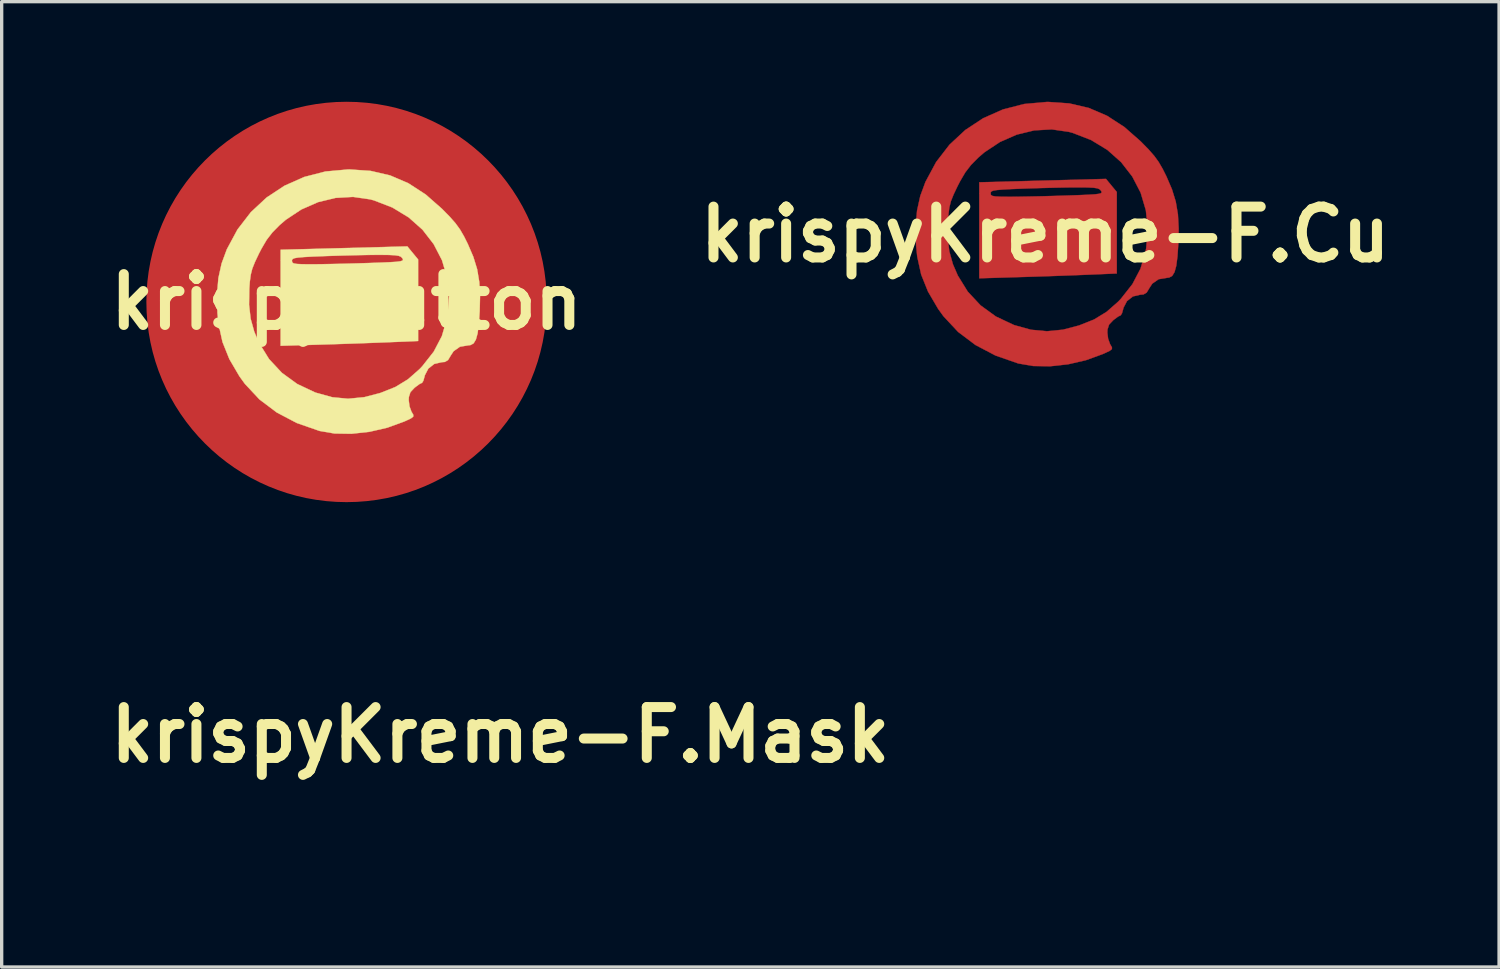
<source format=kicad_pcb>
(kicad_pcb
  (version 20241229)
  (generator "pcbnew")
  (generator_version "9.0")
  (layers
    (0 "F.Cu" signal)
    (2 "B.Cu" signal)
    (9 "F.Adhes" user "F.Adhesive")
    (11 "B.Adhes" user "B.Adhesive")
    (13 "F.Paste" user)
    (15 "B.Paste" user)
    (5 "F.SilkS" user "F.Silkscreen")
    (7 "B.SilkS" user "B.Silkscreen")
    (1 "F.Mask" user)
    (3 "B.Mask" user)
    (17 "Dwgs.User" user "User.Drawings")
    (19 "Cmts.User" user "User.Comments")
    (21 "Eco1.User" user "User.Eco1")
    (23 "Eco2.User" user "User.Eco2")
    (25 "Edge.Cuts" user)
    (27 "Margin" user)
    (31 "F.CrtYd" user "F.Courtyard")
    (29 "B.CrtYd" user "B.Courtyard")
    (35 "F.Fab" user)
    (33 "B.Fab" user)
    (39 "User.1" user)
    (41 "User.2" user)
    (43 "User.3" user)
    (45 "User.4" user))
  (footprint "krispyKreme-F.Cu"
    (layer "F.Cu")
    (at 28.277 3.977)
    (property "Reference" "krispyKreme-F.Cu" (at 0 0 0) (layer "F.SilkS") (effects (font (size 1.524 1.524) (thickness 0.3))))
    (attr through_hole)
    (fp_poly (pts (xy 1.983 -1.469) (xy 2.145 -1.273) (xy 2.145 1.17) (xy 1.312 1.205) (xy 0.987 1.218) (xy 0.583 1.233) (xy 0.136 1.249) (xy -0.32 1.264) (xy -0.748 1.277) (xy -1.976 1.314) (xy -1.976 -1.233) (xy -1.637 -1.233) (xy -1.627 -1.186) (xy -1.585 -1.156) (xy -1.489 -1.139) (xy -1.322 -1.131) (xy -1.061 -1.129) (xy -1.053 -1.129) (xy -0.803 -1.131) (xy -0.471 -1.137) (xy -0.089 -1.145) (xy 0.311 -1.156) (xy 0.635 -1.166) (xy 1.013 -1.179) (xy 1.292 -1.191) (xy 1.486 -1.203) (xy 1.608 -1.218) (xy 1.672 -1.237) (xy 1.692 -1.262) (xy 1.682 -1.294) (xy 1.675 -1.307) (xy 1.634 -1.352) (xy 1.565 -1.382) (xy 1.448 -1.4) (xy 1.261 -1.409) (xy 0.983 -1.411) (xy 0.96 -1.411) (xy 0.67 -1.409) (xy 0.305 -1.402) (xy -0.096 -1.392) (xy -0.493 -1.38) (xy -0.663 -1.374) (xy -1.017 -1.36) (xy -1.273 -1.346) (xy -1.448 -1.331) (xy -1.556 -1.313) (xy -1.613 -1.289) (xy -1.634 -1.257) (xy -1.637 -1.233) (xy -1.976 -1.233) (xy -1.976 -1.564) (xy -0.077 -1.614) (xy 1.822 -1.665) (xy 1.983 -1.469)) (stroke (width 0.01) (type solid)) (fill yes) (layer "F.Cu"))
    (fp_poly (pts (xy 0.721 -3.928) (xy 1.306 -3.792) (xy 1.852 -3.558) (xy 2.371 -3.221) (xy 2.858 -2.793) (xy 3.093 -2.554) (xy 3.266 -2.357) (xy 3.401 -2.171) (xy 3.521 -1.964) (xy 3.632 -1.742) (xy 3.799 -1.354) (xy 3.913 -0.984) (xy 3.978 -0.6) (xy 4.001 -0.17) (xy 3.99 0.282) (xy 3.964 0.661) (xy 3.928 0.939) (xy 3.876 1.129) (xy 3.806 1.243) (xy 3.713 1.293) (xy 3.66 1.298) (xy 3.399 1.342) (xy 3.209 1.474) (xy 3.122 1.607) (xy 3.041 1.742) (xy 2.946 1.798) (xy 2.848 1.806) (xy 2.628 1.858) (xy 2.451 1.997) (xy 2.346 2.198) (xy 2.338 2.232) (xy 2.302 2.361) (xy 2.262 2.426) (xy 2.256 2.427) (xy 2.187 2.46) (xy 2.073 2.544) (xy 2.036 2.573) (xy 1.914 2.703) (xy 1.867 2.849) (xy 1.863 2.942) (xy 1.886 3.127) (xy 1.944 3.287) (xy 1.954 3.304) (xy 2 3.382) (xy 1.999 3.436) (xy 1.935 3.487) (xy 1.79 3.556) (xy 1.725 3.585) (xy 1.219 3.769) (xy 0.684 3.892) (xy 0.147 3.951) (xy -0.361 3.943) (xy -0.809 3.866) (xy -1.49 3.629) (xy -2.091 3.313) (xy -2.611 2.921) (xy -3.049 2.452) (xy -3.21 2.229) (xy -3.513 1.712) (xy -3.718 1.201) (xy -3.836 0.666) (xy -3.87 0.332) (xy -3.875 0.086) (xy -2.922 0.086) (xy -2.875 0.503) (xy -2.766 0.893) (xy -2.62 1.231) (xy -2.322 1.713) (xy -1.938 2.125) (xy -1.477 2.46) (xy -0.948 2.709) (xy -0.922 2.719) (xy -0.427 2.856) (xy 0.047 2.901) (xy 0.53 2.854) (xy 1.016 2.727) (xy 1.463 2.549) (xy 1.84 2.319) (xy 2.187 2.014) (xy 2.27 1.926) (xy 2.613 1.49) (xy 2.856 1.026) (xy 3.008 0.51) (xy 3.026 0.412) (xy 3.074 -0.168) (xy 3.016 -0.726) (xy 2.86 -1.252) (xy 2.61 -1.735) (xy 2.276 -2.166) (xy 1.862 -2.534) (xy 1.375 -2.83) (xy 0.823 -3.044) (xy 0.708 -3.075) (xy 0.196 -3.149) (xy -0.33 -3.119) (xy -0.854 -2.992) (xy -1.357 -2.771) (xy -1.821 -2.463) (xy -2.01 -2.3) (xy -2.224 -2.083) (xy -2.394 -1.863) (xy -2.55 -1.597) (xy -2.628 -1.446) (xy -2.748 -1.193) (xy -2.826 -0.997) (xy -2.872 -0.815) (xy -2.9 -0.604) (xy -2.915 -0.395) (xy -2.922 0.086) (xy -3.875 0.086) (xy -3.882 -0.226) (xy -3.842 -0.712) (xy -3.745 -1.153) (xy -3.589 -1.576) (xy -3.269 -2.171) (xy -2.868 -2.691) (xy -2.395 -3.131) (xy -1.859 -3.484) (xy -1.269 -3.746) (xy -0.632 -3.91) (xy 0.043 -3.971) (xy 0.085 -3.972) (xy 0.721 -3.928)) (stroke (width 0.01) (type solid)) (fill yes) (layer "F.Cu")))
  (footprint "krispyKreme-F.Mask"
    (layer "F.Cu")
    (at 11.945 18.977)
    (property "Reference" "krispyKreme-F.Mask" (at 0 0 0) (layer "F.SilkS") (effects (font (size 1.524 1.524) (thickness 0.3))))
    (attr through_hole)
    (fp_poly (pts (xy 1.983 -1.469) (xy 2.145 -1.273) (xy 2.145 1.17) (xy 1.312 1.205) (xy 0.987 1.218) (xy 0.583 1.233) (xy 0.136 1.249) (xy -0.32 1.264) (xy -0.748 1.277) (xy -1.976 1.314) (xy -1.976 -1.233) (xy -1.637 -1.233) (xy -1.627 -1.186) (xy -1.585 -1.156) (xy -1.489 -1.139) (xy -1.322 -1.131) (xy -1.061 -1.129) (xy -1.053 -1.129) (xy -0.803 -1.131) (xy -0.471 -1.137) (xy -0.089 -1.145) (xy 0.311 -1.156) (xy 0.635 -1.166) (xy 1.013 -1.179) (xy 1.292 -1.191) (xy 1.486 -1.203) (xy 1.608 -1.218) (xy 1.672 -1.237) (xy 1.692 -1.262) (xy 1.682 -1.294) (xy 1.675 -1.307) (xy 1.634 -1.352) (xy 1.565 -1.382) (xy 1.448 -1.4) (xy 1.261 -1.409) (xy 0.983 -1.411) (xy 0.96 -1.411) (xy 0.67 -1.409) (xy 0.305 -1.402) (xy -0.096 -1.392) (xy -0.493 -1.38) (xy -0.663 -1.374) (xy -1.017 -1.36) (xy -1.273 -1.346) (xy -1.448 -1.331) (xy -1.556 -1.313) (xy -1.613 -1.289) (xy -1.634 -1.257) (xy -1.637 -1.233) (xy -1.976 -1.233) (xy -1.976 -1.564) (xy -0.077 -1.614) (xy 1.822 -1.665) (xy 1.983 -1.469)) (stroke (width 0.01) (type solid)) (fill yes) (layer "F.Mask"))
    (fp_poly (pts (xy 0.721 -3.928) (xy 1.306 -3.792) (xy 1.852 -3.558) (xy 2.371 -3.221) (xy 2.858 -2.793) (xy 3.093 -2.554) (xy 3.266 -2.357) (xy 3.401 -2.171) (xy 3.521 -1.964) (xy 3.632 -1.742) (xy 3.799 -1.354) (xy 3.913 -0.984) (xy 3.978 -0.6) (xy 4.001 -0.17) (xy 3.99 0.282) (xy 3.964 0.661) (xy 3.928 0.939) (xy 3.876 1.129) (xy 3.806 1.243) (xy 3.713 1.293) (xy 3.66 1.298) (xy 3.399 1.342) (xy 3.209 1.474) (xy 3.122 1.607) (xy 3.041 1.742) (xy 2.946 1.798) (xy 2.848 1.806) (xy 2.628 1.858) (xy 2.451 1.997) (xy 2.346 2.198) (xy 2.338 2.232) (xy 2.302 2.361) (xy 2.262 2.426) (xy 2.256 2.427) (xy 2.187 2.46) (xy 2.073 2.544) (xy 2.036 2.573) (xy 1.914 2.703) (xy 1.867 2.849) (xy 1.863 2.942) (xy 1.886 3.127) (xy 1.944 3.287) (xy 1.954 3.304) (xy 2 3.382) (xy 1.999 3.436) (xy 1.935 3.487) (xy 1.79 3.556) (xy 1.725 3.585) (xy 1.219 3.769) (xy 0.684 3.892) (xy 0.147 3.951) (xy -0.361 3.943) (xy -0.809 3.866) (xy -1.49 3.629) (xy -2.091 3.313) (xy -2.611 2.921) (xy -3.049 2.452) (xy -3.21 2.229) (xy -3.513 1.712) (xy -3.718 1.201) (xy -3.836 0.666) (xy -3.87 0.332) (xy -3.875 0.086) (xy -2.922 0.086) (xy -2.875 0.503) (xy -2.766 0.893) (xy -2.62 1.231) (xy -2.322 1.713) (xy -1.938 2.125) (xy -1.477 2.46) (xy -0.948 2.709) (xy -0.922 2.719) (xy -0.427 2.856) (xy 0.047 2.901) (xy 0.53 2.854) (xy 1.016 2.727) (xy 1.463 2.549) (xy 1.84 2.319) (xy 2.187 2.014) (xy 2.27 1.926) (xy 2.613 1.49) (xy 2.856 1.026) (xy 3.008 0.51) (xy 3.026 0.412) (xy 3.074 -0.168) (xy 3.016 -0.726) (xy 2.86 -1.252) (xy 2.61 -1.735) (xy 2.276 -2.166) (xy 1.862 -2.534) (xy 1.375 -2.83) (xy 0.823 -3.044) (xy 0.708 -3.075) (xy 0.196 -3.149) (xy -0.33 -3.119) (xy -0.854 -2.992) (xy -1.357 -2.771) (xy -1.821 -2.463) (xy -2.01 -2.3) (xy -2.224 -2.083) (xy -2.394 -1.863) (xy -2.55 -1.597) (xy -2.628 -1.446) (xy -2.748 -1.193) (xy -2.826 -0.997) (xy -2.872 -0.815) (xy -2.9 -0.604) (xy -2.915 -0.395) (xy -2.922 0.086) (xy -3.875 0.086) (xy -3.882 -0.226) (xy -3.842 -0.712) (xy -3.745 -1.153) (xy -3.589 -1.576) (xy -3.269 -2.171) (xy -2.868 -2.691) (xy -2.395 -3.131) (xy -1.859 -3.484) (xy -1.269 -3.746) (xy -0.632 -3.91) (xy 0.043 -3.971) (xy 0.085 -3.972) (xy 0.721 -3.928)) (stroke (width 0.01) (type solid)) (fill yes) (layer "F.Mask")))
  (footprint "krispyButton"
    (layer "F.Cu")
    (at 7.337 6)
    (property "Reference" "krispyButton" (at 0 0 0) (layer "F.SilkS") (effects (font (size 1.524 1.524) (thickness 0.3))))
    (attr through_hole)
    (fp_poly (pts (xy 1.983 -1.469) (xy 2.145 -1.273) (xy 2.145 1.17) (xy 1.312 1.205) (xy 0.987 1.218) (xy 0.583 1.233) (xy 0.136 1.249) (xy -0.32 1.264) (xy -0.748 1.277) (xy -1.976 1.314) (xy -1.976 -1.233) (xy -1.637 -1.233) (xy -1.627 -1.186) (xy -1.585 -1.156) (xy -1.489 -1.139) (xy -1.322 -1.131) (xy -1.061 -1.129) (xy -1.053 -1.129) (xy -0.803 -1.131) (xy -0.471 -1.137) (xy -0.089 -1.145) (xy 0.311 -1.156) (xy 0.635 -1.166) (xy 1.013 -1.179) (xy 1.292 -1.191) (xy 1.486 -1.203) (xy 1.608 -1.218) (xy 1.672 -1.237) (xy 1.692 -1.262) (xy 1.682 -1.294) (xy 1.675 -1.307) (xy 1.634 -1.352) (xy 1.565 -1.382) (xy 1.448 -1.4) (xy 1.261 -1.409) (xy 0.983 -1.411) (xy 0.96 -1.411) (xy 0.67 -1.409) (xy 0.305 -1.402) (xy -0.096 -1.392) (xy -0.493 -1.38) (xy -0.663 -1.374) (xy -1.017 -1.36) (xy -1.273 -1.346) (xy -1.448 -1.331) (xy -1.556 -1.313) (xy -1.613 -1.289) (xy -1.634 -1.257) (xy -1.637 -1.233) (xy -1.976 -1.233) (xy -1.976 -1.564) (xy -0.077 -1.614) (xy 1.822 -1.665) (xy 1.983 -1.469)) (stroke (width 0.01) (type solid)) (fill yes) (layer "F.SilkS"))
    (fp_poly (pts (xy 0.721 -3.928) (xy 1.306 -3.792) (xy 1.852 -3.558) (xy 2.371 -3.221) (xy 2.858 -2.793) (xy 3.093 -2.554) (xy 3.266 -2.357) (xy 3.401 -2.171) (xy 3.521 -1.964) (xy 3.632 -1.742) (xy 3.799 -1.354) (xy 3.913 -0.984) (xy 3.978 -0.6) (xy 4.001 -0.17) (xy 3.99 0.282) (xy 3.964 0.661) (xy 3.928 0.939) (xy 3.876 1.129) (xy 3.806 1.243) (xy 3.713 1.293) (xy 3.66 1.298) (xy 3.399 1.342) (xy 3.209 1.474) (xy 3.122 1.607) (xy 3.041 1.742) (xy 2.946 1.798) (xy 2.848 1.806) (xy 2.628 1.858) (xy 2.451 1.997) (xy 2.346 2.198) (xy 2.338 2.232) (xy 2.302 2.361) (xy 2.262 2.426) (xy 2.256 2.427) (xy 2.187 2.46) (xy 2.073 2.544) (xy 2.036 2.573) (xy 1.914 2.703) (xy 1.867 2.849) (xy 1.863 2.942) (xy 1.886 3.127) (xy 1.944 3.287) (xy 1.954 3.304) (xy 2 3.382) (xy 1.999 3.436) (xy 1.935 3.487) (xy 1.79 3.556) (xy 1.725 3.585) (xy 1.219 3.769) (xy 0.684 3.892) (xy 0.147 3.951) (xy -0.361 3.943) (xy -0.809 3.866) (xy -1.49 3.629) (xy -2.091 3.313) (xy -2.611 2.921) (xy -3.049 2.452) (xy -3.21 2.229) (xy -3.513 1.712) (xy -3.718 1.201) (xy -3.836 0.666) (xy -3.87 0.332) (xy -3.875 0.086) (xy -2.922 0.086) (xy -2.875 0.503) (xy -2.766 0.893) (xy -2.62 1.231) (xy -2.322 1.713) (xy -1.938 2.125) (xy -1.477 2.46) (xy -0.948 2.709) (xy -0.922 2.719) (xy -0.427 2.856) (xy 0.047 2.901) (xy 0.53 2.854) (xy 1.016 2.727) (xy 1.463 2.549) (xy 1.84 2.319) (xy 2.187 2.014) (xy 2.27 1.926) (xy 2.613 1.49) (xy 2.856 1.026) (xy 3.008 0.51) (xy 3.026 0.412) (xy 3.074 -0.168) (xy 3.016 -0.726) (xy 2.86 -1.252) (xy 2.61 -1.735) (xy 2.276 -2.166) (xy 1.862 -2.534) (xy 1.375 -2.83) (xy 0.823 -3.044) (xy 0.708 -3.075) (xy 0.196 -3.149) (xy -0.33 -3.119) (xy -0.854 -2.992) (xy -1.357 -2.771) (xy -1.821 -2.463) (xy -2.01 -2.3) (xy -2.224 -2.083) (xy -2.394 -1.863) (xy -2.55 -1.597) (xy -2.628 -1.446) (xy -2.748 -1.193) (xy -2.826 -0.997) (xy -2.872 -0.815) (xy -2.9 -0.604) (xy -2.915 -0.395) (xy -2.922 0.086) (xy -3.875 0.086) (xy -3.882 -0.226) (xy -3.842 -0.712) (xy -3.745 -1.153) (xy -3.589 -1.576) (xy -3.269 -2.171) (xy -2.868 -2.691) (xy -2.395 -3.131) (xy -1.859 -3.484) (xy -1.269 -3.746) (xy -0.632 -3.91) (xy 0.043 -3.971) (xy 0.085 -3.972) (xy 0.721 -3.928)) (stroke (width 0.01) (type solid)) (fill yes) (layer "F.SilkS"))
    (pad "1" smd circle (at 0 0) (size 12 12) (layers "F.Cu" "F.Mask" "F.Paste")))
  (gr_rect
    (start -3 -3)
    (end 41.88 25.933)
    (stroke (width 0.1) (type default))
    (fill no)
    (layer "Edge.Cuts")))
</source>
